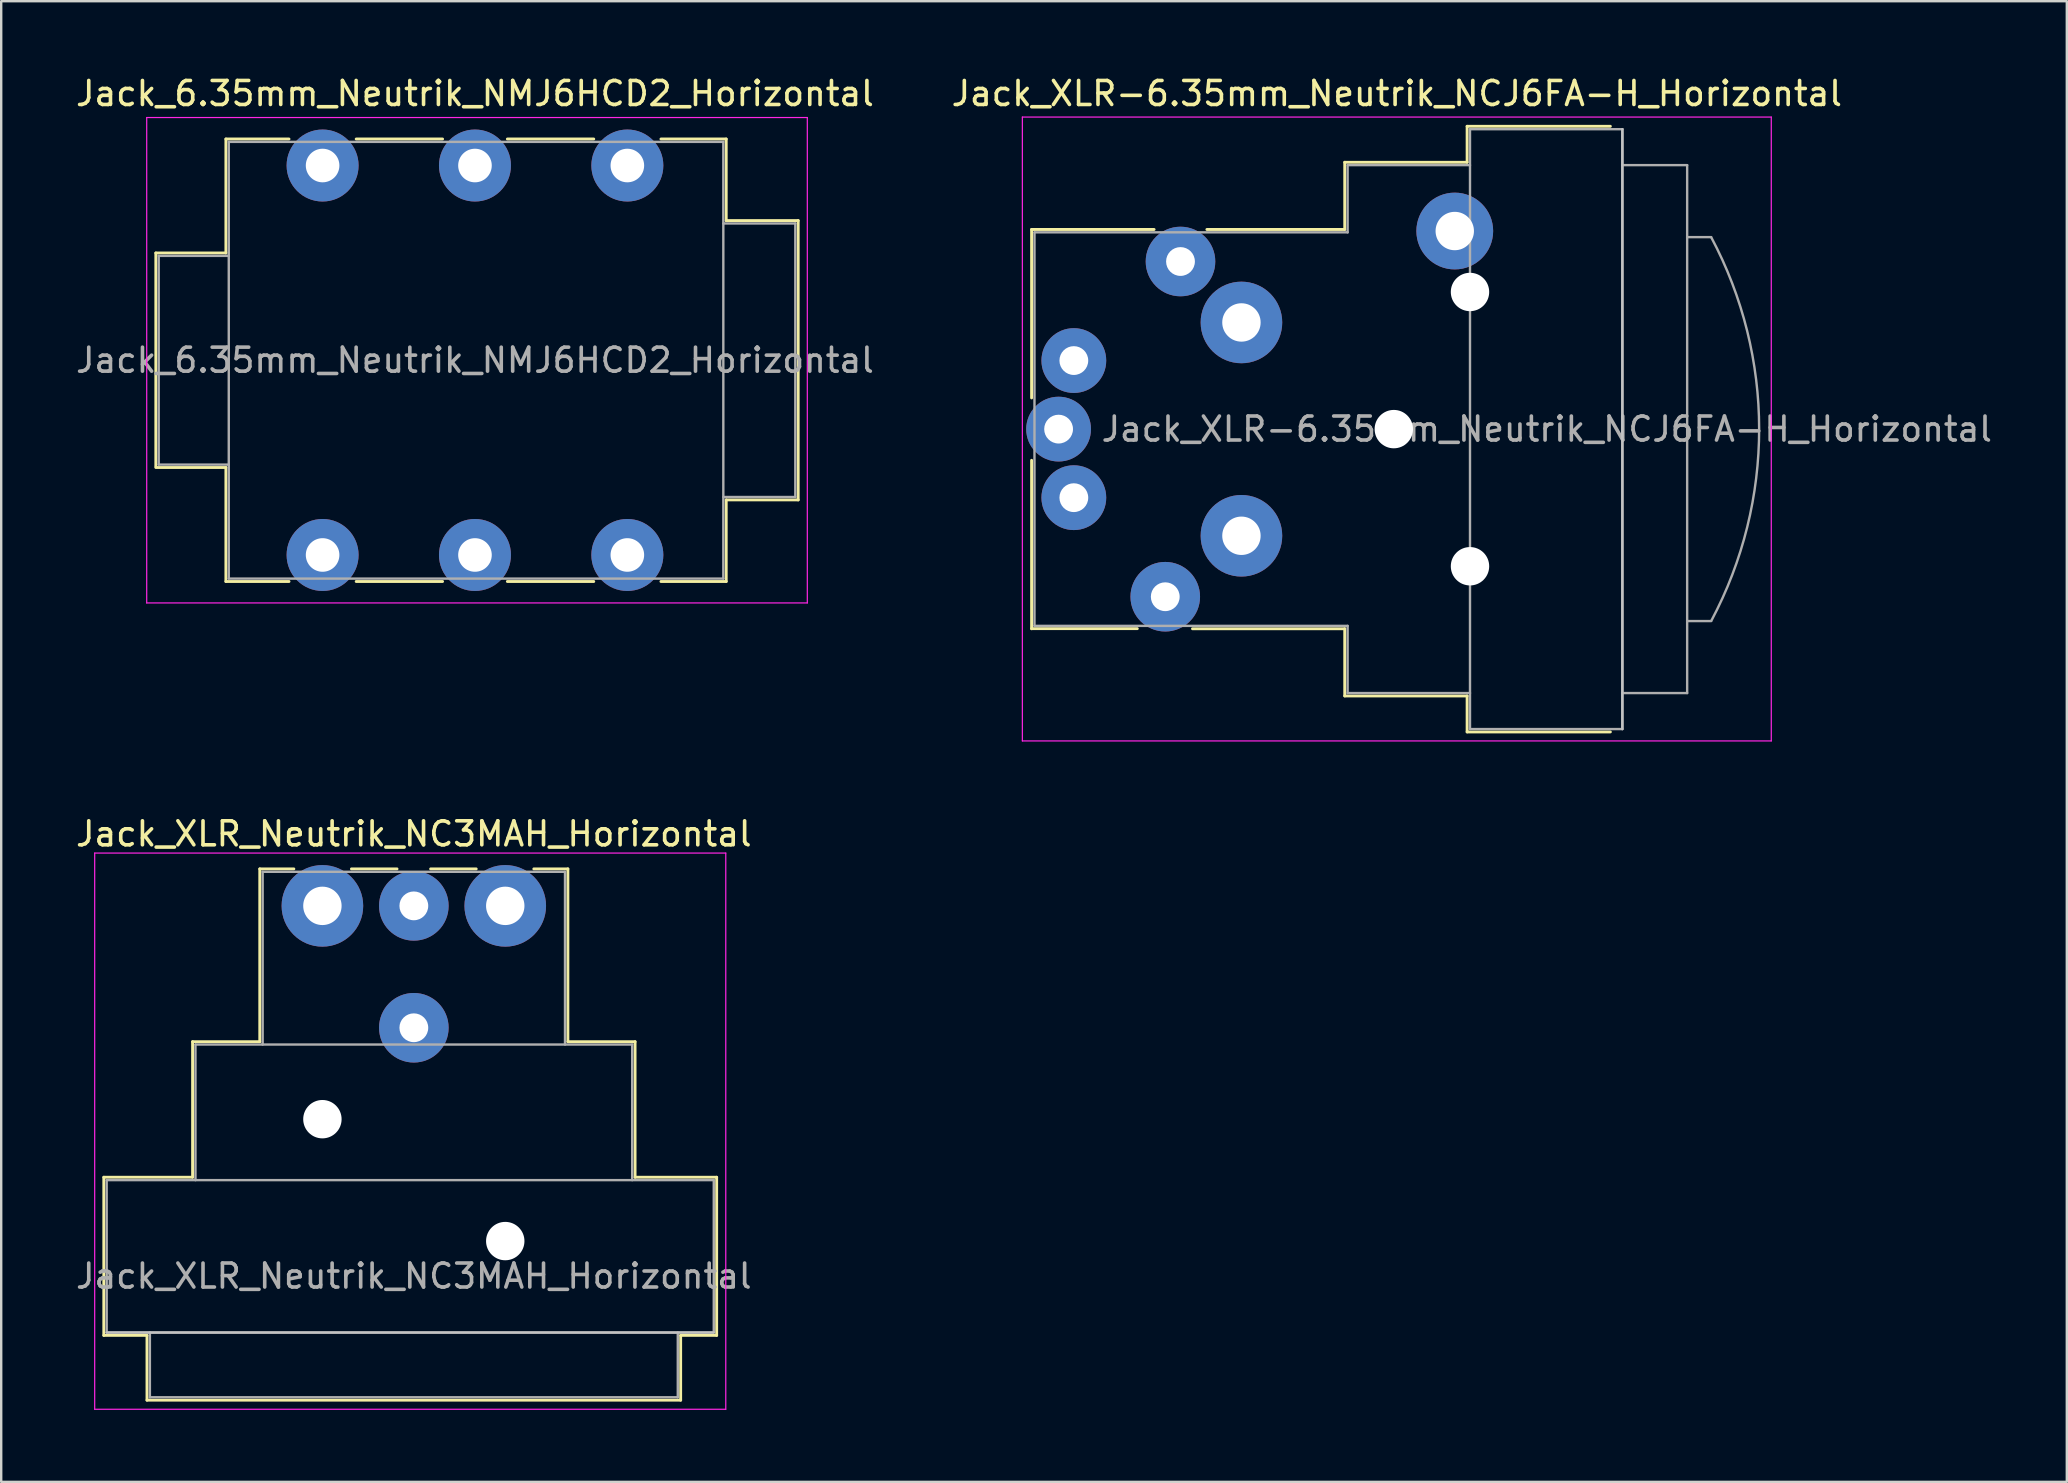
<source format=kicad_pcb>
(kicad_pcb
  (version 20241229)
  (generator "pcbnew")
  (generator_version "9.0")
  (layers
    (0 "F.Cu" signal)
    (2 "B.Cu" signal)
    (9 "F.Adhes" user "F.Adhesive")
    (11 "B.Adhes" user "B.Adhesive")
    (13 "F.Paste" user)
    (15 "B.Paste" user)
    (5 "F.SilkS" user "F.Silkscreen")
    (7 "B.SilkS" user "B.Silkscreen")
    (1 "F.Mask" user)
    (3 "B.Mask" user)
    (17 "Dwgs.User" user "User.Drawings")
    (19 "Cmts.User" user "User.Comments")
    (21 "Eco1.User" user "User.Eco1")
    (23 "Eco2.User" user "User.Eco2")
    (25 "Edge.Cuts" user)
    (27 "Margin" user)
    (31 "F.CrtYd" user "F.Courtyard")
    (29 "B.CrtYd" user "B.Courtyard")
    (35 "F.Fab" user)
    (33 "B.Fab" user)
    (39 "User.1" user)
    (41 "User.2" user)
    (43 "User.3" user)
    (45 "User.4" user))
  (footprint "Jack_XLR_Neutrik_NC3MAH_Horizontal"
    (layer "F.Cu")
    (at 10.386 52.481)
    (property "Reference" "Jack_XLR_Neutrik_NC3MAH_Horizontal" (at 3.81 -20.78 0) (layer "F.SilkS") (effects (font (size 1 1) (thickness 0.15))))
    (attr through_hole)
    (fp_line (start -9.11 -6.47) (end -5.41 -6.47) (stroke (width 0.12) (type solid)) (layer "F.SilkS"))
    (fp_line (start -9.11 0.12) (end -9.11 -6.47) (stroke (width 0.12) (type solid)) (layer "F.SilkS"))
    (fp_line (start -7.31 0.12) (end -9.11 0.12) (stroke (width 0.12) (type solid)) (layer "F.SilkS"))
    (fp_line (start -7.31 0.12) (end -7.31 2.82) (stroke (width 0.12) (type solid)) (layer "F.SilkS"))
    (fp_line (start -5.41 -6.47) (end -5.41 -12.12) (stroke (width 0.12) (type solid)) (layer "F.SilkS"))
    (fp_line (start -2.61 -12.12) (end -5.41 -12.12) (stroke (width 0.12) (type solid)) (layer "F.SilkS"))
    (fp_line (start -2.61 -12.12) (end -2.61 -19.32) (stroke (width 0.12) (type solid)) (layer "F.SilkS"))
    (fp_line (start -1.19 -19.32) (end -2.61 -19.32) (stroke (width 0.12) (type solid)) (layer "F.SilkS"))
    (fp_line (start 3.11 -19.32) (end 1.21 -19.32) (stroke (width 0.12) (type solid)) (layer "F.SilkS"))
    (fp_line (start 4.51 -19.32) (end 6.41 -19.32) (stroke (width 0.12) (type solid)) (layer "F.SilkS"))
    (fp_line (start 10.23 -19.32) (end 8.81 -19.32) (stroke (width 0.12) (type solid)) (layer "F.SilkS"))
    (fp_line (start 10.23 -12.12) (end 10.23 -19.32) (stroke (width 0.12) (type solid)) (layer "F.SilkS"))
    (fp_line (start 10.23 -12.12) (end 13.03 -12.12) (stroke (width 0.12) (type solid)) (layer "F.SilkS"))
    (fp_line (start 13.03 -6.47) (end 13.03 -12.12) (stroke (width 0.12) (type solid)) (layer "F.SilkS"))
    (fp_line (start 13.03 -6.47) (end 16.43 -6.47) (stroke (width 0.12) (type solid)) (layer "F.SilkS"))
    (fp_line (start 14.93 0.12) (end 14.93 2.82) (stroke (width 0.12) (type solid)) (layer "F.SilkS"))
    (fp_line (start 14.93 2.82) (end -7.31 2.82) (stroke (width 0.12) (type solid)) (layer "F.SilkS"))
    (fp_line (start 16.43 0.12) (end 14.93 0.12) (stroke (width 0.12) (type solid)) (layer "F.SilkS"))
    (fp_line (start 16.43 0.12) (end 16.43 -6.47) (stroke (width 0.12) (type solid)) (layer "F.SilkS"))
    (fp_line (start 16.31 0) (end -8.99 0) (stroke (width 0.1) (type solid)) (layer "Dwgs.User"))
    (fp_line (start -9.49 3.2) (end -9.49 -19.98) (stroke (width 0.05) (type solid)) (layer "F.CrtYd"))
    (fp_line (start 16.81 -19.98) (end -9.49 -19.98) (stroke (width 0.05) (type solid)) (layer "F.CrtYd"))
    (fp_line (start 16.81 3.2) (end -9.49 3.2) (stroke (width 0.05) (type solid)) (layer "F.CrtYd"))
    (fp_line (start 16.81 3.2) (end 16.81 -19.98) (stroke (width 0.05) (type solid)) (layer "F.CrtYd"))
    (fp_line (start -8.99 -6.35) (end 16.31 -6.35) (stroke (width 0.1) (type solid)) (layer "F.Fab"))
    (fp_line (start -8.99 0) (end -8.99 -6.35) (stroke (width 0.1) (type solid)) (layer "F.Fab"))
    (fp_line (start -7.19 2.7) (end -7.19 0) (stroke (width 0.1) (type solid)) (layer "F.Fab"))
    (fp_line (start -5.29 -12) (end -5.29 -6.35) (stroke (width 0.1) (type solid)) (layer "F.Fab"))
    (fp_line (start -5.29 -12) (end 12.91 -12) (stroke (width 0.1) (type solid)) (layer "F.Fab"))
    (fp_line (start -2.49 -12) (end -2.49 -19.2) (stroke (width 0.1) (type solid)) (layer "F.Fab"))
    (fp_line (start 10.11 -19.2) (end -2.49 -19.2) (stroke (width 0.1) (type solid)) (layer "F.Fab"))
    (fp_line (start 10.11 -12) (end 10.11 -19.2) (stroke (width 0.1) (type solid)) (layer "F.Fab"))
    (fp_line (start 12.91 -6.35) (end 12.91 -12) (stroke (width 0.1) (type solid)) (layer "F.Fab"))
    (fp_line (start 14.81 0) (end 14.81 2.7) (stroke (width 0.1) (type solid)) (layer "F.Fab"))
    (fp_line (start 14.81 2.7) (end -7.19 2.7) (stroke (width 0.1) (type solid)) (layer "F.Fab"))
    (fp_line (start 16.31 -6.35) (end 16.31 0) (stroke (width 0.1) (type solid)) (layer "F.Fab"))
    (fp_line (start 16.31 0) (end -8.99 0) (stroke (width 0.1) (type solid)) (layer "F.Fab"))
    (fp_text user "${REFERENCE}" (at 3.81 -2.35 0) (layer "F.Fab") (effects (font (size 1 1) (thickness 0.15))))
    (pad "" np_thru_hole circle (at 0 -8.89) (size 1.6 1.6) (drill 1.6) (layers "*.Cu" "*.Mask"))
    (pad "" np_thru_hole circle (at 7.62 -3.81) (size 1.6 1.6) (drill 1.6) (layers "*.Cu" "*.Mask"))
    (pad "1" thru_hole circle (at 0 -17.78) (size 3.4 3.4) (drill 1.6) (layers "*.Cu" "*.Mask"))
    (pad "2" thru_hole circle (at 7.62 -17.78) (size 3.4 3.4) (drill 1.6) (layers "*.Cu" "*.Mask"))
    (pad "3" thru_hole circle (at 3.81 -17.78) (size 2.9 2.9) (drill 1.2) (layers "*.Cu" "*.Mask"))
    (pad "G" thru_hole circle (at 3.81 -12.7) (size 2.9 2.9) (drill 1.2) (layers "*.Cu" "*.Mask")))
  (footprint "Jack_6.35mm_Neutrik_NMJ6HCD2_Horizontal"
    (layer "F.Cu")
    (at 27.094 3.848)
    (property "Reference" "Jack_6.35mm_Neutrik_NMJ6HCD2_Horizontal" (at -10.35 -3 0) (layer "F.SilkS") (effects (font (size 1 1) (thickness 0.15))))
    (attr through_hole)
    (fp_line (start -23.65 3.645) (end -20.73 3.645) (stroke (width 0.12) (type solid)) (layer "F.SilkS"))
    (fp_line (start -23.65 12.545) (end -23.65 3.645) (stroke (width 0.12) (type solid)) (layer "F.SilkS"))
    (fp_line (start -23.65 12.585) (end -20.73 12.585) (stroke (width 0.12) (type solid)) (layer "F.SilkS"))
    (fp_line (start -20.73 -1.105) (end -18.1 -1.105) (stroke (width 0.12) (type solid)) (layer "F.SilkS"))
    (fp_line (start -20.73 3.645) (end -20.73 -1.105) (stroke (width 0.12) (type solid)) (layer "F.SilkS"))
    (fp_line (start -20.73 17.335) (end -20.73 12.585) (stroke (width 0.12) (type solid)) (layer "F.SilkS"))
    (fp_line (start -18.1 17.335) (end -20.73 17.335) (stroke (width 0.12) (type solid)) (layer "F.SilkS"))
    (fp_line (start -15.3 -1.105) (end -11.7 -1.105) (stroke (width 0.12) (type solid)) (layer "F.SilkS"))
    (fp_line (start -11.7 17.335) (end -15.3 17.335) (stroke (width 0.12) (type solid)) (layer "F.SilkS"))
    (fp_line (start -9 -1.105) (end -5.4 -1.105) (stroke (width 0.12) (type solid)) (layer "F.SilkS"))
    (fp_line (start -5.4 17.335) (end -9 17.335) (stroke (width 0.12) (type solid)) (layer "F.SilkS"))
    (fp_line (start 0.12 -1.105) (end -2.6 -1.105) (stroke (width 0.12) (type solid)) (layer "F.SilkS"))
    (fp_line (start 0.12 2.295) (end 0.12 -1.105) (stroke (width 0.12) (type solid)) (layer "F.SilkS"))
    (fp_line (start 0.12 2.295) (end 3.12 2.295) (stroke (width 0.12) (type solid)) (layer "F.SilkS"))
    (fp_line (start 0.12 13.935) (end 3.12 13.935) (stroke (width 0.12) (type solid)) (layer "F.SilkS"))
    (fp_line (start 0.12 17.335) (end -2.6 17.335) (stroke (width 0.12) (type solid)) (layer "F.SilkS"))
    (fp_line (start 0.12 17.335) (end 0.12 13.935) (stroke (width 0.12) (type solid)) (layer "F.SilkS"))
    (fp_line (start 3.12 13.935) (end 3.12 2.295) (stroke (width 0.12) (type solid)) (layer "F.SilkS"))
    (fp_line (start -24.03 18.23) (end -24.03 -2) (stroke (width 0.05) (type solid)) (layer "F.CrtYd"))
    (fp_line (start -24.03 18.23) (end 3.5 18.23) (stroke (width 0.05) (type solid)) (layer "F.CrtYd"))
    (fp_line (start 3.5 -2) (end -24.03 -2) (stroke (width 0.05) (type solid)) (layer "F.CrtYd"))
    (fp_line (start 3.5 18.23) (end 3.5 -2) (stroke (width 0.05) (type solid)) (layer "F.CrtYd"))
    (fp_line (start -23.53 3.765) (end -20.61 3.765) (stroke (width 0.1) (type solid)) (layer "F.Fab"))
    (fp_line (start -23.53 12.465) (end -23.53 3.765) (stroke (width 0.1) (type solid)) (layer "F.Fab"))
    (fp_line (start -23.53 12.465) (end -20.61 12.465) (stroke (width 0.1) (type solid)) (layer "F.Fab"))
    (fp_line (start -20.61 17.215) (end -20.61 -0.985) (stroke (width 0.1) (type solid)) (layer "F.Fab"))
    (fp_line (start 0 -0.985) (end -20.61 -0.985) (stroke (width 0.1) (type solid)) (layer "F.Fab"))
    (fp_line (start 0 17.215) (end -20.61 17.215) (stroke (width 0.1) (type solid)) (layer "F.Fab"))
    (fp_line (start 0 17.215) (end 0 -0.985) (stroke (width 0.1) (type solid)) (layer "F.Fab"))
    (fp_line (start 3 2.415) (end 0 2.415) (stroke (width 0.1) (type solid)) (layer "F.Fab"))
    (fp_line (start 3 13.815) (end 0 13.815) (stroke (width 0.1) (type solid)) (layer "F.Fab"))
    (fp_line (start 3 13.815) (end 3 2.415) (stroke (width 0.1) (type solid)) (layer "F.Fab"))
    (fp_text user "${REFERENCE}" (at -10.35 8.115 0) (layer "F.Fab") (effects (font (size 1 1) (thickness 0.15))))
    (pad "R" thru_hole circle (at -10.35 0) (size 3 3) (drill 1.4) (layers "*.Cu" "*.Mask"))
    (pad "RN" thru_hole circle (at -10.35 16.23) (size 3 3) (drill 1.4) (layers "*.Cu" "*.Mask"))
    (pad "S" thru_hole circle (at -4 0) (size 3 3) (drill 1.4) (layers "*.Cu" "*.Mask"))
    (pad "SN" thru_hole circle (at -4 16.23) (size 3 3) (drill 1.4) (layers "*.Cu" "*.Mask"))
    (pad "T" thru_hole circle (at -16.7 0) (size 3 3) (drill 1.4) (layers "*.Cu" "*.Mask"))
    (pad "TN" thru_hole circle (at -16.7 16.23) (size 3 3) (drill 1.4) (layers "*.Cu" "*.Mask")))
  (footprint "Jack_XLR-6.35mm_Neutrik_NCJ6FA-H_Horizontal"
    (layer "F.Cu")
    (at 64.561 7.848)
    (property "Reference" "Jack_XLR-6.35mm_Neutrik_NCJ6FA-H_Horizontal" (at -9.4 -7 0) (layer "F.SilkS") (effects (font (size 1 1) (thickness 0.15))))
    (attr through_hole)
    (fp_line (start -24.62 -1.335) (end -24.62 5.685) (stroke (width 0.12) (type solid)) (layer "F.SilkS"))
    (fp_line (start -24.62 8.285) (end -24.62 15.305) (stroke (width 0.12) (type solid)) (layer "F.SilkS"))
    (fp_line (start -20.215 15.3) (end -24.62 15.3) (stroke (width 0.12) (type solid)) (layer "F.SilkS"))
    (fp_line (start -19.515 -1.335) (end -24.62 -1.335) (stroke (width 0.12) (type solid)) (layer "F.SilkS"))
    (fp_line (start -11.57 -4.135) (end -11.57 -1.335) (stroke (width 0.12) (type solid)) (layer "F.SilkS"))
    (fp_line (start -11.57 -1.335) (end -17.315 -1.335) (stroke (width 0.12) (type solid)) (layer "F.SilkS"))
    (fp_line (start -11.57 15.305) (end -17.915 15.305) (stroke (width 0.12) (type solid)) (layer "F.SilkS"))
    (fp_line (start -11.57 18.105) (end -11.57 15.305) (stroke (width 0.12) (type solid)) (layer "F.SilkS"))
    (fp_line (start -6.47 -4.135) (end -11.57 -4.135) (stroke (width 0.12) (type solid)) (layer "F.SilkS"))
    (fp_line (start -6.47 -4.135) (end -6.47 -5.635) (stroke (width 0.12) (type solid)) (layer "F.SilkS"))
    (fp_line (start -6.47 18.105) (end -11.57 18.105) (stroke (width 0.12) (type solid)) (layer "F.SilkS"))
    (fp_line (start -6.47 19.605) (end -6.47 18.105) (stroke (width 0.12) (type solid)) (layer "F.SilkS"))
    (fp_line (start -0.5 -5.635) (end -6.47 -5.635) (stroke (width 0.12) (type solid)) (layer "F.SilkS"))
    (fp_line (start -0.5 19.605) (end -6.47 19.605) (stroke (width 0.12) (type solid)) (layer "F.SilkS"))
    (fp_line (start 0 -5.515) (end 0 19.485) (stroke (width 0.1) (type solid)) (layer "Dwgs.User"))
    (fp_line (start -25.005 -6.02) (end -25.005 19.98) (stroke (width 0.05) (type solid)) (layer "F.CrtYd"))
    (fp_line (start 6.205 -6.02) (end -25.005 -6.02) (stroke (width 0.05) (type solid)) (layer "F.CrtYd"))
    (fp_line (start 6.205 -6.02) (end 6.205 19.98) (stroke (width 0.05) (type solid)) (layer "F.CrtYd"))
    (fp_line (start 6.205 19.98) (end -25.005 19.98) (stroke (width 0.05) (type solid)) (layer "F.CrtYd"))
    (fp_line (start -24.5 -1.215) (end -24.5 15.185) (stroke (width 0.1) (type solid)) (layer "F.Fab"))
    (fp_line (start -24.5 15.185) (end -11.45 15.185) (stroke (width 0.1) (type solid)) (layer "F.Fab"))
    (fp_line (start -11.45 -4.015) (end -11.45 -1.215) (stroke (width 0.1) (type solid)) (layer "F.Fab"))
    (fp_line (start -11.45 -1.215) (end -24.5 -1.215) (stroke (width 0.1) (type solid)) (layer "F.Fab"))
    (fp_line (start -11.45 15.185) (end -11.45 17.985) (stroke (width 0.1) (type solid)) (layer "F.Fab"))
    (fp_line (start -11.45 17.985) (end -6.35 17.985) (stroke (width 0.1) (type solid)) (layer "F.Fab"))
    (fp_line (start -6.35 -5.515) (end 0 -5.515) (stroke (width 0.1) (type solid)) (layer "F.Fab"))
    (fp_line (start -6.35 -4.015) (end -11.45 -4.015) (stroke (width 0.1) (type solid)) (layer "F.Fab"))
    (fp_line (start -6.35 19.485) (end -6.35 -5.515) (stroke (width 0.1) (type solid)) (layer "F.Fab"))
    (fp_line (start 0 -5.515) (end 0 19.485) (stroke (width 0.1) (type solid)) (layer "F.Fab"))
    (fp_line (start 0 -4.015) (end 2.7 -4.015) (stroke (width 0.1) (type solid)) (layer "F.Fab"))
    (fp_line (start 0 19.485) (end -6.35 19.485) (stroke (width 0.1) (type solid)) (layer "F.Fab"))
    (fp_line (start 2.7 -4.015) (end 2.7 17.985) (stroke (width 0.1) (type solid)) (layer "F.Fab"))
    (fp_line (start 2.7 -1.015) (end 3.7 -1.015) (stroke (width 0.1) (type solid)) (layer "F.Fab"))
    (fp_line (start 2.7 14.985) (end 3.7 14.985) (stroke (width 0.1) (type solid)) (layer "F.Fab"))
    (fp_line (start 2.7 17.985) (end 0 17.985) (stroke (width 0.1) (type solid)) (layer "F.Fab"))
    (fp_arc (start 3.7 -1.015) (mid 5.699999 6.978328) (end 3.706275 14.973223) (stroke (width 0.1) (type solid)) (layer "F.Fab"))
    (fp_text user "${REFERENCE}" (at -3.15 6.985 0) (layer "F.Fab") (effects (font (size 1 1) (thickness 0.15))))
    (pad "" np_thru_hole circle (at -9.525 6.985) (size 1.6 1.6) (drill 1.6) (layers "*.Cu" "*.Mask"))
    (pad "" np_thru_hole circle (at -6.35 1.27) (size 1.6 1.6) (drill 1.6) (layers "*.Cu" "*.Mask"))
    (pad "" np_thru_hole circle (at -6.35 12.7) (size 1.6 1.6) (drill 1.6) (layers "*.Cu" "*.Mask"))
    (pad "1" thru_hole circle (at -18.415 0) (size 2.9 2.9) (drill 1.2) (layers "*.Cu" "*.Mask"))
    (pad "2" thru_hole circle (at -19.05 13.97) (size 2.9 2.9) (drill 1.2) (layers "*.Cu" "*.Mask"))
    (pad "3" thru_hole circle (at -23.495 6.985) (size 2.7 2.7) (drill 1.2) (layers "*.Cu" "*.Mask"))
    (pad "G" thru_hole circle (at -6.985 -1.27) (size 3.2 3.2) (drill 1.6) (layers "*.Cu" "*.Mask"))
    (pad "R" thru_hole circle (at -22.86 9.842) (size 2.7 2.7) (drill 1.2) (layers "*.Cu" "*.Mask"))
    (pad "S" thru_hole circle (at -22.86 4.128) (size 2.7 2.7) (drill 1.2) (layers "*.Cu" "*.Mask"))
    (pad "T" thru_hole circle (at -15.875 2.54) (size 3.4 3.4) (drill 1.6) (layers "*.Cu" "*.Mask"))
    (pad "T" thru_hole circle (at -15.875 11.43) (size 3.4 3.4) (drill 1.6) (layers "*.Cu" "*.Mask")))
  (gr_rect
    (start -3 -3)
    (end 83.083 58.706)
    (stroke (width 0.1) (type default))
    (fill no)
    (layer "Edge.Cuts")))
</source>
